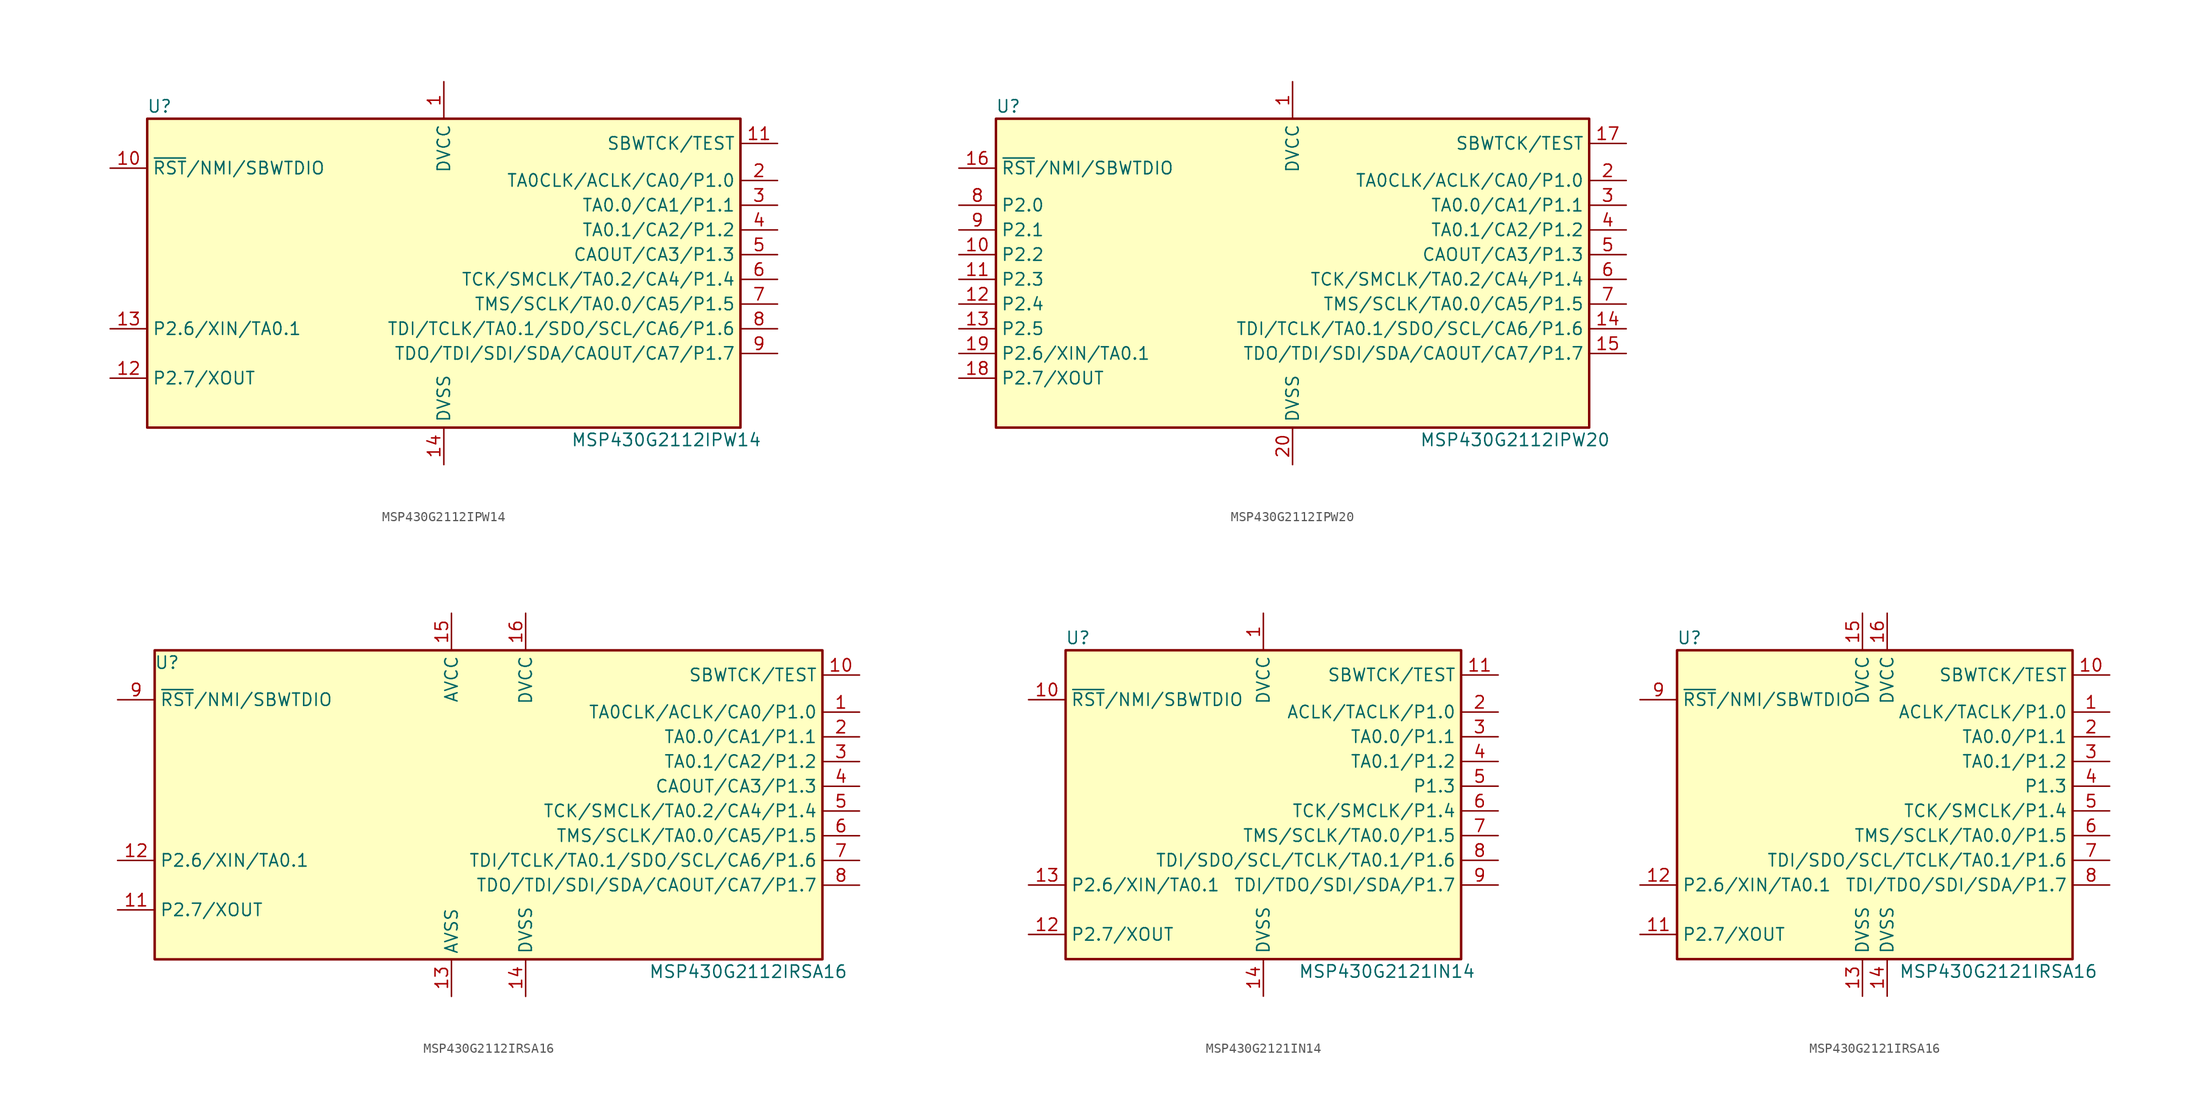
<source format=kicad_sym>
(kicad_symbol_lib
  (version 20241209)
  (generator "kicad_symbol_editor")
  (generator_version "9.0")
  (symbol "MSP430G2112IPW14"
    (property "Reference" "U"
      (at -29.21 17.78 0)
      (effects (font (size 1.27 1.27))))
    (property "Value" "MSP430G2112IPW14"
      (at 22.86 -16.51 0)
      (effects (font (size 1.27 1.27))))
    (symbol "MSP430G2112IPW14_0_1"
      (rectangle (start -30.48 16.51) (end 30.48 -15.24) (stroke (width 0.254) (type default)) (fill (type background))))
    (symbol "MSP430G2112IPW14_1_1"
      (pin input line (at -34.29 11.43 0) (length 3.81) (name "~{RST}/NMI/SBWTDIO" (effects (font (size 1.27 1.27)))) (number "10" (effects (font (size 1.27 1.27)))))
      (pin bidirectional line (at -34.29 -5.08 0) (length 3.81) (name "P2.6/XIN/TA0.1" (effects (font (size 1.27 1.27)))) (number "13" (effects (font (size 1.27 1.27)))))
      (pin bidirectional line (at -34.29 -10.16 0) (length 3.81) (name "P2.7/XOUT" (effects (font (size 1.27 1.27)))) (number "12" (effects (font (size 1.27 1.27)))))
      (pin power_in line (at 0 20.32 270) (length 3.81) (name "DVCC" (effects (font (size 1.27 1.27)))) (number "1" (effects (font (size 1.27 1.27)))))
      (pin power_in line (at 0 -19.05 90) (length 3.81) (name "DVSS" (effects (font (size 1.27 1.27)))) (number "14" (effects (font (size 1.27 1.27)))))
      (pin input line (at 34.29 13.97 180) (length 3.81) (name "SBWTCK/TEST" (effects (font (size 1.27 1.27)))) (number "11" (effects (font (size 1.27 1.27)))))
      (pin bidirectional line (at 34.29 10.16 180) (length 3.81) (name "TA0CLK/ACLK/CA0/P1.0" (effects (font (size 1.27 1.27)))) (number "2" (effects (font (size 1.27 1.27)))))
      (pin bidirectional line (at 34.29 7.62 180) (length 3.81) (name "TA0.0/CA1/P1.1" (effects (font (size 1.27 1.27)))) (number "3" (effects (font (size 1.27 1.27)))))
      (pin bidirectional line (at 34.29 5.08 180) (length 3.81) (name "TA0.1/CA2/P1.2" (effects (font (size 1.27 1.27)))) (number "4" (effects (font (size 1.27 1.27)))))
      (pin bidirectional line (at 34.29 2.54 180) (length 3.81) (name "CAOUT/CA3/P1.3" (effects (font (size 1.27 1.27)))) (number "5" (effects (font (size 1.27 1.27)))))
      (pin bidirectional line (at 34.29 0 180) (length 3.81) (name "TCK/SMCLK/TA0.2/CA4/P1.4" (effects (font (size 1.27 1.27)))) (number "6" (effects (font (size 1.27 1.27)))))
      (pin bidirectional line (at 34.29 -2.54 180) (length 3.81) (name "TMS/SCLK/TA0.0/CA5/P1.5" (effects (font (size 1.27 1.27)))) (number "7" (effects (font (size 1.27 1.27)))))
      (pin bidirectional line (at 34.29 -5.08 180) (length 3.81) (name "TDI/TCLK/TA0.1/SDO/SCL/CA6/P1.6" (effects (font (size 1.27 1.27)))) (number "8" (effects (font (size 1.27 1.27)))))
      (pin bidirectional line (at 34.29 -7.62 180) (length 3.81) (name "TDO/TDI/SDI/SDA/CAOUT/CA7/P1.7" (effects (font (size 1.27 1.27)))) (number "9" (effects (font (size 1.27 1.27)))))))
  (symbol "MSP430G2112IPW20"
    (property "Reference" "U"
      (at -29.21 17.78 0)
      (effects (font (size 1.27 1.27))))
    (property "Value" "MSP430G2112IPW20"
      (at 22.86 -16.51 0)
      (effects (font (size 1.27 1.27))))
    (symbol "MSP430G2112IPW20_0_1"
      (rectangle (start -30.48 16.51) (end 30.48 -15.24) (stroke (width 0.254) (type default)) (fill (type background))))
    (symbol "MSP430G2112IPW20_1_1"
      (pin input line (at -34.29 11.43 0) (length 3.81) (name "~{RST}/NMI/SBWTDIO" (effects (font (size 1.27 1.27)))) (number "16" (effects (font (size 1.27 1.27)))))
      (pin bidirectional line (at -34.29 7.62 0) (length 3.81) (name "P2.0" (effects (font (size 1.27 1.27)))) (number "8" (effects (font (size 1.27 1.27)))))
      (pin bidirectional line (at -34.29 5.08 0) (length 3.81) (name "P2.1" (effects (font (size 1.27 1.27)))) (number "9" (effects (font (size 1.27 1.27)))))
      (pin bidirectional line (at -34.29 2.54 0) (length 3.81) (name "P2.2" (effects (font (size 1.27 1.27)))) (number "10" (effects (font (size 1.27 1.27)))))
      (pin bidirectional line (at -34.29 0 0) (length 3.81) (name "P2.3" (effects (font (size 1.27 1.27)))) (number "11" (effects (font (size 1.27 1.27)))))
      (pin bidirectional line (at -34.29 -2.54 0) (length 3.81) (name "P2.4" (effects (font (size 1.27 1.27)))) (number "12" (effects (font (size 1.27 1.27)))))
      (pin bidirectional line (at -34.29 -5.08 0) (length 3.81) (name "P2.5" (effects (font (size 1.27 1.27)))) (number "13" (effects (font (size 1.27 1.27)))))
      (pin bidirectional line (at -34.29 -7.62 0) (length 3.81) (name "P2.6/XIN/TA0.1" (effects (font (size 1.27 1.27)))) (number "19" (effects (font (size 1.27 1.27)))))
      (pin bidirectional line (at -34.29 -10.16 0) (length 3.81) (name "P2.7/XOUT" (effects (font (size 1.27 1.27)))) (number "18" (effects (font (size 1.27 1.27)))))
      (pin power_in line (at 0 20.32 270) (length 3.81) (name "DVCC" (effects (font (size 1.27 1.27)))) (number "1" (effects (font (size 1.27 1.27)))))
      (pin power_in line (at 0 -19.05 90) (length 3.81) (name "DVSS" (effects (font (size 1.27 1.27)))) (number "20" (effects (font (size 1.27 1.27)))))
      (pin input line (at 34.29 13.97 180) (length 3.81) (name "SBWTCK/TEST" (effects (font (size 1.27 1.27)))) (number "17" (effects (font (size 1.27 1.27)))))
      (pin bidirectional line (at 34.29 10.16 180) (length 3.81) (name "TA0CLK/ACLK/CA0/P1.0" (effects (font (size 1.27 1.27)))) (number "2" (effects (font (size 1.27 1.27)))))
      (pin bidirectional line (at 34.29 7.62 180) (length 3.81) (name "TA0.0/CA1/P1.1" (effects (font (size 1.27 1.27)))) (number "3" (effects (font (size 1.27 1.27)))))
      (pin bidirectional line (at 34.29 5.08 180) (length 3.81) (name "TA0.1/CA2/P1.2" (effects (font (size 1.27 1.27)))) (number "4" (effects (font (size 1.27 1.27)))))
      (pin bidirectional line (at 34.29 2.54 180) (length 3.81) (name "CAOUT/CA3/P1.3" (effects (font (size 1.27 1.27)))) (number "5" (effects (font (size 1.27 1.27)))))
      (pin bidirectional line (at 34.29 0 180) (length 3.81) (name "TCK/SMCLK/TA0.2/CA4/P1.4" (effects (font (size 1.27 1.27)))) (number "6" (effects (font (size 1.27 1.27)))))
      (pin bidirectional line (at 34.29 -2.54 180) (length 3.81) (name "TMS/SCLK/TA0.0/CA5/P1.5" (effects (font (size 1.27 1.27)))) (number "7" (effects (font (size 1.27 1.27)))))
      (pin bidirectional line (at 34.29 -5.08 180) (length 3.81) (name "TDI/TCLK/TA0.1/SDO/SCL/CA6/P1.6" (effects (font (size 1.27 1.27)))) (number "14" (effects (font (size 1.27 1.27)))))
      (pin bidirectional line (at 34.29 -7.62 180) (length 3.81) (name "TDO/TDI/SDI/SDA/CAOUT/CA7/P1.7" (effects (font (size 1.27 1.27)))) (number "15" (effects (font (size 1.27 1.27)))))))
  (symbol "MSP430G2112IRSA16"
    (property "Reference" "U"
      (at -33.02 15.24 0)
      (effects (font (size 1.27 1.27))))
    (property "Value" "MSP430G2112IRSA16"
      (at 26.67 -16.51 0)
      (effects (font (size 1.27 1.27))))
    (symbol "MSP430G2112IRSA16_0_1"
      (rectangle (start -34.29 16.51) (end 34.29 -15.24) (stroke (width 0.254) (type default)) (fill (type background))))
    (symbol "MSP430G2112IRSA16_1_1"
      (pin input line (at -38.1 11.43 0) (length 3.81) (name "~{RST}/NMI/SBWTDIO" (effects (font (size 1.27 1.27)))) (number "9" (effects (font (size 1.27 1.27)))))
      (pin bidirectional line (at -38.1 -5.08 0) (length 3.81) (name "P2.6/XIN/TA0.1" (effects (font (size 1.27 1.27)))) (number "12" (effects (font (size 1.27 1.27)))))
      (pin bidirectional line (at -38.1 -10.16 0) (length 3.81) (name "P2.7/XOUT" (effects (font (size 1.27 1.27)))) (number "11" (effects (font (size 1.27 1.27)))))
      (pin power_in line (at -3.81 20.32 270) (length 3.81) (name "AVCC" (effects (font (size 1.27 1.27)))) (number "15" (effects (font (size 1.27 1.27)))))
      (pin power_in line (at -3.81 -19.05 90) (length 3.81) (name "AVSS" (effects (font (size 1.27 1.27)))) (number "13" (effects (font (size 1.27 1.27)))))
      (pin power_in line (at 3.81 20.32 270) (length 3.81) (name "DVCC" (effects (font (size 1.27 1.27)))) (number "16" (effects (font (size 1.27 1.27)))))
      (pin power_in line (at 3.81 -19.05 90) (length 3.81) (name "DVSS" (effects (font (size 1.27 1.27)))) (number "14" (effects (font (size 1.27 1.27)))))
      (pin input line (at 38.1 13.97 180) (length 3.81) (name "SBWTCK/TEST" (effects (font (size 1.27 1.27)))) (number "10" (effects (font (size 1.27 1.27)))))
      (pin bidirectional line (at 38.1 10.16 180) (length 3.81) (name "TA0CLK/ACLK/CA0/P1.0" (effects (font (size 1.27 1.27)))) (number "1" (effects (font (size 1.27 1.27)))))
      (pin bidirectional line (at 38.1 7.62 180) (length 3.81) (name "TA0.0/CA1/P1.1" (effects (font (size 1.27 1.27)))) (number "2" (effects (font (size 1.27 1.27)))))
      (pin bidirectional line (at 38.1 5.08 180) (length 3.81) (name "TA0.1/CA2/P1.2" (effects (font (size 1.27 1.27)))) (number "3" (effects (font (size 1.27 1.27)))))
      (pin bidirectional line (at 38.1 2.54 180) (length 3.81) (name "CAOUT/CA3/P1.3" (effects (font (size 1.27 1.27)))) (number "4" (effects (font (size 1.27 1.27)))))
      (pin bidirectional line (at 38.1 0 180) (length 3.81) (name "TCK/SMCLK/TA0.2/CA4/P1.4" (effects (font (size 1.27 1.27)))) (number "5" (effects (font (size 1.27 1.27)))))
      (pin bidirectional line (at 38.1 -2.54 180) (length 3.81) (name "TMS/SCLK/TA0.0/CA5/P1.5" (effects (font (size 1.27 1.27)))) (number "6" (effects (font (size 1.27 1.27)))))
      (pin bidirectional line (at 38.1 -5.08 180) (length 3.81) (name "TDI/TCLK/TA0.1/SDO/SCL/CA6/P1.6" (effects (font (size 1.27 1.27)))) (number "7" (effects (font (size 1.27 1.27)))))
      (pin bidirectional line (at 38.1 -7.62 180) (length 3.81) (name "TDO/TDI/SDI/SDA/CAOUT/CA7/P1.7" (effects (font (size 1.27 1.27)))) (number "8" (effects (font (size 1.27 1.27)))))))
  (symbol "MSP430G2121IN14"
    (property "Reference" "U"
      (at -19.05 17.78 0)
      (effects (font (size 1.27 1.27))))
    (property "Value" "MSP430G2121IN14"
      (at 12.7 -16.51 0)
      (effects (font (size 1.27 1.27))))
    (symbol "MSP430G2121IN14_0_1"
      (rectangle (start -20.32 16.51) (end 20.32 -15.24) (stroke (width 0.254) (type default)) (fill (type background))))
    (symbol "MSP430G2121IN14_1_1"
      (pin input line (at -24.13 11.43 0) (length 3.81) (name "~{RST}/NMI/SBWTDIO" (effects (font (size 1.27 1.27)))) (number "10" (effects (font (size 1.27 1.27)))))
      (pin bidirectional line (at -24.13 -7.62 0) (length 3.81) (name "P2.6/XIN/TA0.1" (effects (font (size 1.27 1.27)))) (number "13" (effects (font (size 1.27 1.27)))))
      (pin bidirectional line (at -24.13 -12.7 0) (length 3.81) (name "P2.7/XOUT" (effects (font (size 1.27 1.27)))) (number "12" (effects (font (size 1.27 1.27)))))
      (pin power_in line (at 0 20.32 270) (length 3.81) (name "DVCC" (effects (font (size 1.27 1.27)))) (number "1" (effects (font (size 1.27 1.27)))))
      (pin power_in line (at 0 -19.05 90) (length 3.81) (name "DVSS" (effects (font (size 1.27 1.27)))) (number "14" (effects (font (size 1.27 1.27)))))
      (pin input line (at 24.13 13.97 180) (length 3.81) (name "SBWTCK/TEST" (effects (font (size 1.27 1.27)))) (number "11" (effects (font (size 1.27 1.27)))))
      (pin bidirectional line (at 24.13 10.16 180) (length 3.81) (name "ACLK/TACLK/P1.0" (effects (font (size 1.27 1.27)))) (number "2" (effects (font (size 1.27 1.27)))))
      (pin bidirectional line (at 24.13 7.62 180) (length 3.81) (name "TA0.0/P1.1" (effects (font (size 1.27 1.27)))) (number "3" (effects (font (size 1.27 1.27)))))
      (pin bidirectional line (at 24.13 5.08 180) (length 3.81) (name "TA0.1/P1.2" (effects (font (size 1.27 1.27)))) (number "4" (effects (font (size 1.27 1.27)))))
      (pin bidirectional line (at 24.13 2.54 180) (length 3.81) (name "P1.3" (effects (font (size 1.27 1.27)))) (number "5" (effects (font (size 1.27 1.27)))))
      (pin bidirectional line (at 24.13 0 180) (length 3.81) (name "TCK/SMCLK/P1.4" (effects (font (size 1.27 1.27)))) (number "6" (effects (font (size 1.27 1.27)))))
      (pin bidirectional line (at 24.13 -2.54 180) (length 3.81) (name "TMS/SCLK/TA0.0/P1.5" (effects (font (size 1.27 1.27)))) (number "7" (effects (font (size 1.27 1.27)))))
      (pin bidirectional line (at 24.13 -5.08 180) (length 3.81) (name "TDI/SDO/SCL/TCLK/TA0.1/P1.6" (effects (font (size 1.27 1.27)))) (number "8" (effects (font (size 1.27 1.27)))))
      (pin bidirectional line (at 24.13 -7.62 180) (length 3.81) (name "TDI/TDO/SDI/SDA/P1.7" (effects (font (size 1.27 1.27)))) (number "9" (effects (font (size 1.27 1.27)))))))
  (symbol "MSP430G2121IRSA16"
    (property "Reference" "U"
      (at -19.05 17.78 0)
      (effects (font (size 1.27 1.27))))
    (property "Value" "MSP430G2121IRSA16"
      (at 12.7 -16.51 0)
      (effects (font (size 1.27 1.27))))
    (symbol "MSP430G2121IRSA16_0_1"
      (rectangle (start -20.32 16.51) (end 20.32 -15.24) (stroke (width 0.254) (type default)) (fill (type background))))
    (symbol "MSP430G2121IRSA16_1_1"
      (pin input line (at -24.13 11.43 0) (length 3.81) (name "~{RST}/NMI/SBWTDIO" (effects (font (size 1.27 1.27)))) (number "9" (effects (font (size 1.27 1.27)))))
      (pin bidirectional line (at -24.13 -7.62 0) (length 3.81) (name "P2.6/XIN/TA0.1" (effects (font (size 1.27 1.27)))) (number "12" (effects (font (size 1.27 1.27)))))
      (pin bidirectional line (at -24.13 -12.7 0) (length 3.81) (name "P2.7/XOUT" (effects (font (size 1.27 1.27)))) (number "11" (effects (font (size 1.27 1.27)))))
      (pin power_in line (at -1.27 20.32 270) (length 3.81) (name "DVCC" (effects (font (size 1.27 1.27)))) (number "15" (effects (font (size 1.27 1.27)))))
      (pin power_in line (at -1.27 -19.05 90) (length 3.81) (name "DVSS" (effects (font (size 1.27 1.27)))) (number "13" (effects (font (size 1.27 1.27)))))
      (pin power_in line (at 1.27 20.32 270) (length 3.81) (name "DVCC" (effects (font (size 1.27 1.27)))) (number "16" (effects (font (size 1.27 1.27)))))
      (pin power_in line (at 1.27 -19.05 90) (length 3.81) (name "DVSS" (effects (font (size 1.27 1.27)))) (number "14" (effects (font (size 1.27 1.27)))))
      (pin input line (at 24.13 13.97 180) (length 3.81) (name "SBWTCK/TEST" (effects (font (size 1.27 1.27)))) (number "10" (effects (font (size 1.27 1.27)))))
      (pin bidirectional line (at 24.13 10.16 180) (length 3.81) (name "ACLK/TACLK/P1.0" (effects (font (size 1.27 1.27)))) (number "1" (effects (font (size 1.27 1.27)))))
      (pin bidirectional line (at 24.13 7.62 180) (length 3.81) (name "TA0.0/P1.1" (effects (font (size 1.27 1.27)))) (number "2" (effects (font (size 1.27 1.27)))))
      (pin bidirectional line (at 24.13 5.08 180) (length 3.81) (name "TA0.1/P1.2" (effects (font (size 1.27 1.27)))) (number "3" (effects (font (size 1.27 1.27)))))
      (pin bidirectional line (at 24.13 2.54 180) (length 3.81) (name "P1.3" (effects (font (size 1.27 1.27)))) (number "4" (effects (font (size 1.27 1.27)))))
      (pin bidirectional line (at 24.13 0 180) (length 3.81) (name "TCK/SMCLK/P1.4" (effects (font (size 1.27 1.27)))) (number "5" (effects (font (size 1.27 1.27)))))
      (pin bidirectional line (at 24.13 -2.54 180) (length 3.81) (name "TMS/SCLK/TA0.0/P1.5" (effects (font (size 1.27 1.27)))) (number "6" (effects (font (size 1.27 1.27)))))
      (pin bidirectional line (at 24.13 -5.08 180) (length 3.81) (name "TDI/SDO/SCL/TCLK/TA0.1/P1.6" (effects (font (size 1.27 1.27)))) (number "7" (effects (font (size 1.27 1.27)))))
      (pin bidirectional line (at 24.13 -7.62 180) (length 3.81) (name "TDI/TDO/SDI/SDA/P1.7" (effects (font (size 1.27 1.27)))) (number "8" (effects (font (size 1.27 1.27))))))))
</source>
